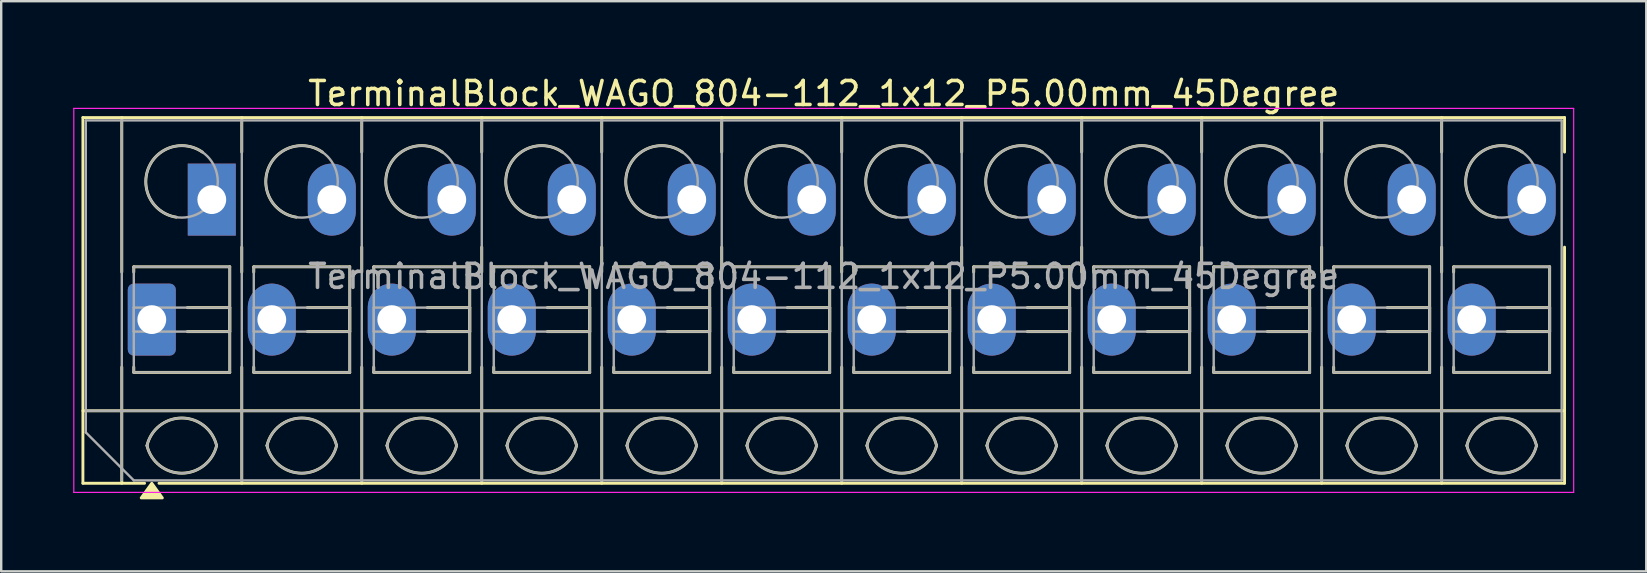
<source format=kicad_pcb>
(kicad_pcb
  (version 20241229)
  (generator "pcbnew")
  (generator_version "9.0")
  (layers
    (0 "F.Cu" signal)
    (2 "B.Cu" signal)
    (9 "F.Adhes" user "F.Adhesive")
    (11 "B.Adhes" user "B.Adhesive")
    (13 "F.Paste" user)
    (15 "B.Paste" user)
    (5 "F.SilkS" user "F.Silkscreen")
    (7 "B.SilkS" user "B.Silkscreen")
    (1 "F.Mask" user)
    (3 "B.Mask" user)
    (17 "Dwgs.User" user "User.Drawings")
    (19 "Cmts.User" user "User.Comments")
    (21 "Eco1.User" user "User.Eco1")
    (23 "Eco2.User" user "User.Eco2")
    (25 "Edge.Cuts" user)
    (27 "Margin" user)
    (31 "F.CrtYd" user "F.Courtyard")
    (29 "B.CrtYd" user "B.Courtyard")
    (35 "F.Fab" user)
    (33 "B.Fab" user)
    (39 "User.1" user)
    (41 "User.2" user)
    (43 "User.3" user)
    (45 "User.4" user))
  (footprint "TerminalBlock_WAGO_804-112_1x12_P5.00mm_45Degree"
    (layer "F.Cu")
    (at 3.275 10.268)
    (property "Reference" "TerminalBlock_WAGO_804-112_1x12_P5.00mm_45Degree" (at 28 -9.42 0) (layer "F.SilkS") (effects (font (size 1 1) (thickness 0.15))))
    (attr through_hole)
    (fp_line (start -2.87 -8.42) (end -2.87 6.82) (stroke (width 0.12) (type solid)) (layer "F.SilkS"))
    (fp_line (start -2.87 -8.42) (end 58.87 -8.42) (stroke (width 0.12) (type solid)) (layer "F.SilkS"))
    (fp_line (start -2.87 3.8) (end 58.87 3.8) (stroke (width 0.12) (type solid)) (layer "F.SilkS"))
    (fp_line (start -2.87 6.82) (end -0.3 6.82) (stroke (width 0.12) (type solid)) (layer "F.SilkS"))
    (fp_line (start -1.25 -8.42) (end -1.25 -1.98) (stroke (width 0.12) (type solid)) (layer "F.SilkS"))
    (fp_line (start -1.25 1.98) (end -1.25 6.82) (stroke (width 0.12) (type solid)) (layer "F.SilkS"))
    (fp_line (start -0.75 -2.2) (end -0.75 -1.98) (stroke (width 0.12) (type solid)) (layer "F.SilkS"))
    (fp_line (start -0.75 -2.2) (end 3.25 -2.2) (stroke (width 0.12) (type solid)) (layer "F.SilkS"))
    (fp_line (start -0.75 1.98) (end -0.75 2.2) (stroke (width 0.12) (type solid)) (layer "F.SilkS"))
    (fp_line (start -0.75 2.2) (end 3.25 2.2) (stroke (width 0.12) (type solid)) (layer "F.SilkS"))
    (fp_line (start 0.3 6.82) (end 58.87 6.82) (stroke (width 0.12) (type solid)) (layer "F.SilkS"))
    (fp_line (start 1.48 -0.5) (end 3.25 -0.5) (stroke (width 0.12) (type solid)) (layer "F.SilkS"))
    (fp_line (start 1.48 0.5) (end 3.25 0.5) (stroke (width 0.12) (type solid)) (layer "F.SilkS"))
    (fp_line (start 3.25 -2.2) (end 3.25 2.2) (stroke (width 0.12) (type solid)) (layer "F.SilkS"))
    (fp_line (start 3.25 -0.5) (end 3.25 0.5) (stroke (width 0.12) (type solid)) (layer "F.SilkS"))
    (fp_line (start 3.75 -8.42) (end 3.75 -6.98) (stroke (width 0.12) (type solid)) (layer "F.SilkS"))
    (fp_line (start 3.75 -3.02) (end 3.75 -1.98) (stroke (width 0.12) (type solid)) (layer "F.SilkS"))
    (fp_line (start 3.75 1.98) (end 3.75 6.82) (stroke (width 0.12) (type solid)) (layer "F.SilkS"))
    (fp_line (start 4.25 -2.2) (end 4.25 -1.98) (stroke (width 0.12) (type solid)) (layer "F.SilkS"))
    (fp_line (start 4.25 -2.2) (end 8.25 -2.2) (stroke (width 0.12) (type solid)) (layer "F.SilkS"))
    (fp_line (start 4.25 1.98) (end 4.25 2.2) (stroke (width 0.12) (type solid)) (layer "F.SilkS"))
    (fp_line (start 4.25 2.2) (end 8.25 2.2) (stroke (width 0.12) (type solid)) (layer "F.SilkS"))
    (fp_line (start 6.48 -0.5) (end 8.25 -0.5) (stroke (width 0.12) (type solid)) (layer "F.SilkS"))
    (fp_line (start 6.48 0.5) (end 8.25 0.5) (stroke (width 0.12) (type solid)) (layer "F.SilkS"))
    (fp_line (start 8.25 -2.2) (end 8.25 2.2) (stroke (width 0.12) (type solid)) (layer "F.SilkS"))
    (fp_line (start 8.25 -0.5) (end 8.25 0.5) (stroke (width 0.12) (type solid)) (layer "F.SilkS"))
    (fp_line (start 8.75 -8.42) (end 8.75 -6.98) (stroke (width 0.12) (type solid)) (layer "F.SilkS"))
    (fp_line (start 8.75 -3.02) (end 8.75 -1.98) (stroke (width 0.12) (type solid)) (layer "F.SilkS"))
    (fp_line (start 8.75 1.98) (end 8.75 6.82) (stroke (width 0.12) (type solid)) (layer "F.SilkS"))
    (fp_line (start 9.25 -2.2) (end 9.25 -1.98) (stroke (width 0.12) (type solid)) (layer "F.SilkS"))
    (fp_line (start 9.25 -2.2) (end 13.25 -2.2) (stroke (width 0.12) (type solid)) (layer "F.SilkS"))
    (fp_line (start 9.25 1.98) (end 9.25 2.2) (stroke (width 0.12) (type solid)) (layer "F.SilkS"))
    (fp_line (start 9.25 2.2) (end 13.25 2.2) (stroke (width 0.12) (type solid)) (layer "F.SilkS"))
    (fp_line (start 11.48 -0.5) (end 13.25 -0.5) (stroke (width 0.12) (type solid)) (layer "F.SilkS"))
    (fp_line (start 11.48 0.5) (end 13.25 0.5) (stroke (width 0.12) (type solid)) (layer "F.SilkS"))
    (fp_line (start 13.25 -2.2) (end 13.25 2.2) (stroke (width 0.12) (type solid)) (layer "F.SilkS"))
    (fp_line (start 13.25 -0.5) (end 13.25 0.5) (stroke (width 0.12) (type solid)) (layer "F.SilkS"))
    (fp_line (start 13.75 -8.42) (end 13.75 -6.98) (stroke (width 0.12) (type solid)) (layer "F.SilkS"))
    (fp_line (start 13.75 -3.02) (end 13.75 -1.98) (stroke (width 0.12) (type solid)) (layer "F.SilkS"))
    (fp_line (start 13.75 1.98) (end 13.75 6.82) (stroke (width 0.12) (type solid)) (layer "F.SilkS"))
    (fp_line (start 14.25 -2.2) (end 14.25 -1.98) (stroke (width 0.12) (type solid)) (layer "F.SilkS"))
    (fp_line (start 14.25 -2.2) (end 18.25 -2.2) (stroke (width 0.12) (type solid)) (layer "F.SilkS"))
    (fp_line (start 14.25 1.98) (end 14.25 2.2) (stroke (width 0.12) (type solid)) (layer "F.SilkS"))
    (fp_line (start 14.25 2.2) (end 18.25 2.2) (stroke (width 0.12) (type solid)) (layer "F.SilkS"))
    (fp_line (start 16.48 -0.5) (end 18.25 -0.5) (stroke (width 0.12) (type solid)) (layer "F.SilkS"))
    (fp_line (start 16.48 0.5) (end 18.25 0.5) (stroke (width 0.12) (type solid)) (layer "F.SilkS"))
    (fp_line (start 18.25 -2.2) (end 18.25 2.2) (stroke (width 0.12) (type solid)) (layer "F.SilkS"))
    (fp_line (start 18.25 -0.5) (end 18.25 0.5) (stroke (width 0.12) (type solid)) (layer "F.SilkS"))
    (fp_line (start 18.75 -8.42) (end 18.75 -6.98) (stroke (width 0.12) (type solid)) (layer "F.SilkS"))
    (fp_line (start 18.75 -3.02) (end 18.75 -1.98) (stroke (width 0.12) (type solid)) (layer "F.SilkS"))
    (fp_line (start 18.75 1.98) (end 18.75 6.82) (stroke (width 0.12) (type solid)) (layer "F.SilkS"))
    (fp_line (start 19.25 -2.2) (end 19.25 -1.98) (stroke (width 0.12) (type solid)) (layer "F.SilkS"))
    (fp_line (start 19.25 -2.2) (end 23.25 -2.2) (stroke (width 0.12) (type solid)) (layer "F.SilkS"))
    (fp_line (start 19.25 1.98) (end 19.25 2.2) (stroke (width 0.12) (type solid)) (layer "F.SilkS"))
    (fp_line (start 19.25 2.2) (end 23.25 2.2) (stroke (width 0.12) (type solid)) (layer "F.SilkS"))
    (fp_line (start 21.48 -0.5) (end 23.25 -0.5) (stroke (width 0.12) (type solid)) (layer "F.SilkS"))
    (fp_line (start 21.48 0.5) (end 23.25 0.5) (stroke (width 0.12) (type solid)) (layer "F.SilkS"))
    (fp_line (start 23.25 -2.2) (end 23.25 2.2) (stroke (width 0.12) (type solid)) (layer "F.SilkS"))
    (fp_line (start 23.25 -0.5) (end 23.25 0.5) (stroke (width 0.12) (type solid)) (layer "F.SilkS"))
    (fp_line (start 23.75 -8.42) (end 23.75 -6.98) (stroke (width 0.12) (type solid)) (layer "F.SilkS"))
    (fp_line (start 23.75 -3.02) (end 23.75 -1.98) (stroke (width 0.12) (type solid)) (layer "F.SilkS"))
    (fp_line (start 23.75 1.98) (end 23.75 6.82) (stroke (width 0.12) (type solid)) (layer "F.SilkS"))
    (fp_line (start 24.25 -2.2) (end 24.25 -1.98) (stroke (width 0.12) (type solid)) (layer "F.SilkS"))
    (fp_line (start 24.25 -2.2) (end 28.25 -2.2) (stroke (width 0.12) (type solid)) (layer "F.SilkS"))
    (fp_line (start 24.25 1.98) (end 24.25 2.2) (stroke (width 0.12) (type solid)) (layer "F.SilkS"))
    (fp_line (start 24.25 2.2) (end 28.25 2.2) (stroke (width 0.12) (type solid)) (layer "F.SilkS"))
    (fp_line (start 26.48 -0.5) (end 28.25 -0.5) (stroke (width 0.12) (type solid)) (layer "F.SilkS"))
    (fp_line (start 26.48 0.5) (end 28.25 0.5) (stroke (width 0.12) (type solid)) (layer "F.SilkS"))
    (fp_line (start 28.25 -2.2) (end 28.25 2.2) (stroke (width 0.12) (type solid)) (layer "F.SilkS"))
    (fp_line (start 28.25 -0.5) (end 28.25 0.5) (stroke (width 0.12) (type solid)) (layer "F.SilkS"))
    (fp_line (start 28.75 -8.42) (end 28.75 -6.98) (stroke (width 0.12) (type solid)) (layer "F.SilkS"))
    (fp_line (start 28.75 -3.02) (end 28.75 -1.98) (stroke (width 0.12) (type solid)) (layer "F.SilkS"))
    (fp_line (start 28.75 1.98) (end 28.75 6.82) (stroke (width 0.12) (type solid)) (layer "F.SilkS"))
    (fp_line (start 29.25 -2.2) (end 29.25 -1.98) (stroke (width 0.12) (type solid)) (layer "F.SilkS"))
    (fp_line (start 29.25 -2.2) (end 33.25 -2.2) (stroke (width 0.12) (type solid)) (layer "F.SilkS"))
    (fp_line (start 29.25 1.98) (end 29.25 2.2) (stroke (width 0.12) (type solid)) (layer "F.SilkS"))
    (fp_line (start 29.25 2.2) (end 33.25 2.2) (stroke (width 0.12) (type solid)) (layer "F.SilkS"))
    (fp_line (start 31.48 -0.5) (end 33.25 -0.5) (stroke (width 0.12) (type solid)) (layer "F.SilkS"))
    (fp_line (start 31.48 0.5) (end 33.25 0.5) (stroke (width 0.12) (type solid)) (layer "F.SilkS"))
    (fp_line (start 33.25 -2.2) (end 33.25 2.2) (stroke (width 0.12) (type solid)) (layer "F.SilkS"))
    (fp_line (start 33.25 -0.5) (end 33.25 0.5) (stroke (width 0.12) (type solid)) (layer "F.SilkS"))
    (fp_line (start 33.75 -8.42) (end 33.75 -6.98) (stroke (width 0.12) (type solid)) (layer "F.SilkS"))
    (fp_line (start 33.75 -3.02) (end 33.75 -1.98) (stroke (width 0.12) (type solid)) (layer "F.SilkS"))
    (fp_line (start 33.75 1.98) (end 33.75 6.82) (stroke (width 0.12) (type solid)) (layer "F.SilkS"))
    (fp_line (start 34.25 -2.2) (end 34.25 -1.98) (stroke (width 0.12) (type solid)) (layer "F.SilkS"))
    (fp_line (start 34.25 -2.2) (end 38.25 -2.2) (stroke (width 0.12) (type solid)) (layer "F.SilkS"))
    (fp_line (start 34.25 1.98) (end 34.25 2.2) (stroke (width 0.12) (type solid)) (layer "F.SilkS"))
    (fp_line (start 34.25 2.2) (end 38.25 2.2) (stroke (width 0.12) (type solid)) (layer "F.SilkS"))
    (fp_line (start 36.48 -0.5) (end 38.25 -0.5) (stroke (width 0.12) (type solid)) (layer "F.SilkS"))
    (fp_line (start 36.48 0.5) (end 38.25 0.5) (stroke (width 0.12) (type solid)) (layer "F.SilkS"))
    (fp_line (start 38.25 -2.2) (end 38.25 2.2) (stroke (width 0.12) (type solid)) (layer "F.SilkS"))
    (fp_line (start 38.25 -0.5) (end 38.25 0.5) (stroke (width 0.12) (type solid)) (layer "F.SilkS"))
    (fp_line (start 38.75 -8.42) (end 38.75 -6.98) (stroke (width 0.12) (type solid)) (layer "F.SilkS"))
    (fp_line (start 38.75 -3.02) (end 38.75 -1.98) (stroke (width 0.12) (type solid)) (layer "F.SilkS"))
    (fp_line (start 38.75 1.98) (end 38.75 6.82) (stroke (width 0.12) (type solid)) (layer "F.SilkS"))
    (fp_line (start 39.25 -2.2) (end 39.25 -1.98) (stroke (width 0.12) (type solid)) (layer "F.SilkS"))
    (fp_line (start 39.25 -2.2) (end 43.25 -2.2) (stroke (width 0.12) (type solid)) (layer "F.SilkS"))
    (fp_line (start 39.25 1.98) (end 39.25 2.2) (stroke (width 0.12) (type solid)) (layer "F.SilkS"))
    (fp_line (start 39.25 2.2) (end 43.25 2.2) (stroke (width 0.12) (type solid)) (layer "F.SilkS"))
    (fp_line (start 41.48 -0.5) (end 43.25 -0.5) (stroke (width 0.12) (type solid)) (layer "F.SilkS"))
    (fp_line (start 41.48 0.5) (end 43.25 0.5) (stroke (width 0.12) (type solid)) (layer "F.SilkS"))
    (fp_line (start 43.25 -2.2) (end 43.25 2.2) (stroke (width 0.12) (type solid)) (layer "F.SilkS"))
    (fp_line (start 43.25 -0.5) (end 43.25 0.5) (stroke (width 0.12) (type solid)) (layer "F.SilkS"))
    (fp_line (start 43.75 -8.42) (end 43.75 -6.98) (stroke (width 0.12) (type solid)) (layer "F.SilkS"))
    (fp_line (start 43.75 -3.02) (end 43.75 -1.98) (stroke (width 0.12) (type solid)) (layer "F.SilkS"))
    (fp_line (start 43.75 1.98) (end 43.75 6.82) (stroke (width 0.12) (type solid)) (layer "F.SilkS"))
    (fp_line (start 44.25 -2.2) (end 44.25 -1.98) (stroke (width 0.12) (type solid)) (layer "F.SilkS"))
    (fp_line (start 44.25 -2.2) (end 48.25 -2.2) (stroke (width 0.12) (type solid)) (layer "F.SilkS"))
    (fp_line (start 44.25 1.98) (end 44.25 2.2) (stroke (width 0.12) (type solid)) (layer "F.SilkS"))
    (fp_line (start 44.25 2.2) (end 48.25 2.2) (stroke (width 0.12) (type solid)) (layer "F.SilkS"))
    (fp_line (start 46.48 -0.5) (end 48.25 -0.5) (stroke (width 0.12) (type solid)) (layer "F.SilkS"))
    (fp_line (start 46.48 0.5) (end 48.25 0.5) (stroke (width 0.12) (type solid)) (layer "F.SilkS"))
    (fp_line (start 48.25 -2.2) (end 48.25 2.2) (stroke (width 0.12) (type solid)) (layer "F.SilkS"))
    (fp_line (start 48.25 -0.5) (end 48.25 0.5) (stroke (width 0.12) (type solid)) (layer "F.SilkS"))
    (fp_line (start 48.75 -8.42) (end 48.75 -6.98) (stroke (width 0.12) (type solid)) (layer "F.SilkS"))
    (fp_line (start 48.75 -3.02) (end 48.75 -1.98) (stroke (width 0.12) (type solid)) (layer "F.SilkS"))
    (fp_line (start 48.75 1.98) (end 48.75 6.82) (stroke (width 0.12) (type solid)) (layer "F.SilkS"))
    (fp_line (start 49.25 -2.2) (end 49.25 -1.98) (stroke (width 0.12) (type solid)) (layer "F.SilkS"))
    (fp_line (start 49.25 -2.2) (end 53.25 -2.2) (stroke (width 0.12) (type solid)) (layer "F.SilkS"))
    (fp_line (start 49.25 1.98) (end 49.25 2.2) (stroke (width 0.12) (type solid)) (layer "F.SilkS"))
    (fp_line (start 49.25 2.2) (end 53.25 2.2) (stroke (width 0.12) (type solid)) (layer "F.SilkS"))
    (fp_line (start 51.48 -0.5) (end 53.25 -0.5) (stroke (width 0.12) (type solid)) (layer "F.SilkS"))
    (fp_line (start 51.48 0.5) (end 53.25 0.5) (stroke (width 0.12) (type solid)) (layer "F.SilkS"))
    (fp_line (start 53.25 -2.2) (end 53.25 2.2) (stroke (width 0.12) (type solid)) (layer "F.SilkS"))
    (fp_line (start 53.25 -0.5) (end 53.25 0.5) (stroke (width 0.12) (type solid)) (layer "F.SilkS"))
    (fp_line (start 53.75 -8.42) (end 53.75 -6.98) (stroke (width 0.12) (type solid)) (layer "F.SilkS"))
    (fp_line (start 53.75 -3.02) (end 53.75 -1.98) (stroke (width 0.12) (type solid)) (layer "F.SilkS"))
    (fp_line (start 53.75 1.98) (end 53.75 6.82) (stroke (width 0.12) (type solid)) (layer "F.SilkS"))
    (fp_line (start 54.25 -2.2) (end 54.25 -1.98) (stroke (width 0.12) (type solid)) (layer "F.SilkS"))
    (fp_line (start 54.25 -2.2) (end 58.25 -2.2) (stroke (width 0.12) (type solid)) (layer "F.SilkS"))
    (fp_line (start 54.25 1.98) (end 54.25 2.2) (stroke (width 0.12) (type solid)) (layer "F.SilkS"))
    (fp_line (start 54.25 2.2) (end 58.25 2.2) (stroke (width 0.12) (type solid)) (layer "F.SilkS"))
    (fp_line (start 56.48 -0.5) (end 58.25 -0.5) (stroke (width 0.12) (type solid)) (layer "F.SilkS"))
    (fp_line (start 56.48 0.5) (end 58.25 0.5) (stroke (width 0.12) (type solid)) (layer "F.SilkS"))
    (fp_line (start 58.25 -2.2) (end 58.25 2.2) (stroke (width 0.12) (type solid)) (layer "F.SilkS"))
    (fp_line (start 58.25 -0.5) (end 58.25 0.5) (stroke (width 0.12) (type solid)) (layer "F.SilkS"))
    (fp_line (start 58.87 -8.42) (end 58.87 -6.98) (stroke (width 0.12) (type solid)) (layer "F.SilkS"))
    (fp_line (start 58.87 -3.02) (end 58.87 6.82) (stroke (width 0.12) (type solid)) (layer "F.SilkS"))
    (fp_arc (start -0.199942 5.249753) (mid 1.250127 4.099899) (end 2.7 5.25) (stroke (width 0.12) (type solid)) (layer "F.SilkS"))
    (fp_arc (start 1.02 -4.268) (mid -0.141815 -6.308637) (end 2.10843 -6.979765) (stroke (width 0.12) (type solid)) (layer "F.SilkS"))
    (fp_arc (start 2.7 5.25) (mid 1.250127 6.400101) (end -0.199942 5.250247) (stroke (width 0.12) (type solid)) (layer "F.SilkS"))
    (fp_arc (start 4.800058 5.249753) (mid 6.250127 4.099899) (end 7.7 5.25) (stroke (width 0.12) (type solid)) (layer "F.SilkS"))
    (fp_arc (start 6.02 -4.268) (mid 4.858185 -6.308637) (end 7.10843 -6.979765) (stroke (width 0.12) (type solid)) (layer "F.SilkS"))
    (fp_arc (start 7.7 5.25) (mid 6.250127 6.400101) (end 4.800058 5.250247) (stroke (width 0.12) (type solid)) (layer "F.SilkS"))
    (fp_arc (start 9.800058 5.249753) (mid 11.250127 4.099899) (end 12.7 5.25) (stroke (width 0.12) (type solid)) (layer "F.SilkS"))
    (fp_arc (start 11.02 -4.268) (mid 9.858185 -6.308637) (end 12.10843 -6.979765) (stroke (width 0.12) (type solid)) (layer "F.SilkS"))
    (fp_arc (start 12.7 5.25) (mid 11.250127 6.400101) (end 9.800058 5.250247) (stroke (width 0.12) (type solid)) (layer "F.SilkS"))
    (fp_arc (start 14.800058 5.249753) (mid 16.250127 4.099899) (end 17.7 5.25) (stroke (width 0.12) (type solid)) (layer "F.SilkS"))
    (fp_arc (start 16.02 -4.268) (mid 14.858185 -6.308637) (end 17.10843 -6.979765) (stroke (width 0.12) (type solid)) (layer "F.SilkS"))
    (fp_arc (start 17.7 5.25) (mid 16.250127 6.400101) (end 14.800058 5.250247) (stroke (width 0.12) (type solid)) (layer "F.SilkS"))
    (fp_arc (start 19.800058 5.249753) (mid 21.250127 4.099899) (end 22.7 5.25) (stroke (width 0.12) (type solid)) (layer "F.SilkS"))
    (fp_arc (start 21.02 -4.268) (mid 19.858185 -6.308637) (end 22.10843 -6.979765) (stroke (width 0.12) (type solid)) (layer "F.SilkS"))
    (fp_arc (start 22.7 5.25) (mid 21.250127 6.400101) (end 19.800058 5.250247) (stroke (width 0.12) (type solid)) (layer "F.SilkS"))
    (fp_arc (start 24.800058 5.249753) (mid 26.250127 4.099899) (end 27.7 5.25) (stroke (width 0.12) (type solid)) (layer "F.SilkS"))
    (fp_arc (start 26.02 -4.268) (mid 24.858185 -6.308637) (end 27.10843 -6.979765) (stroke (width 0.12) (type solid)) (layer "F.SilkS"))
    (fp_arc (start 27.7 5.25) (mid 26.250127 6.400101) (end 24.800058 5.250247) (stroke (width 0.12) (type solid)) (layer "F.SilkS"))
    (fp_arc (start 29.800058 5.249753) (mid 31.250127 4.099899) (end 32.7 5.25) (stroke (width 0.12) (type solid)) (layer "F.SilkS"))
    (fp_arc (start 31.02 -4.268) (mid 29.858185 -6.308637) (end 32.10843 -6.979765) (stroke (width 0.12) (type solid)) (layer "F.SilkS"))
    (fp_arc (start 32.7 5.25) (mid 31.250127 6.400101) (end 29.800058 5.250247) (stroke (width 0.12) (type solid)) (layer "F.SilkS"))
    (fp_arc (start 34.800058 5.249753) (mid 36.250127 4.099899) (end 37.7 5.25) (stroke (width 0.12) (type solid)) (layer "F.SilkS"))
    (fp_arc (start 36.02 -4.268) (mid 34.858185 -6.308637) (end 37.10843 -6.979765) (stroke (width 0.12) (type solid)) (layer "F.SilkS"))
    (fp_arc (start 37.7 5.25) (mid 36.250127 6.400101) (end 34.800058 5.250247) (stroke (width 0.12) (type solid)) (layer "F.SilkS"))
    (fp_arc (start 39.800058 5.249753) (mid 41.250127 4.099899) (end 42.7 5.25) (stroke (width 0.12) (type solid)) (layer "F.SilkS"))
    (fp_arc (start 41.02 -4.268) (mid 39.858185 -6.308637) (end 42.10843 -6.979765) (stroke (width 0.12) (type solid)) (layer "F.SilkS"))
    (fp_arc (start 42.7 5.25) (mid 41.250127 6.400101) (end 39.800058 5.250247) (stroke (width 0.12) (type solid)) (layer "F.SilkS"))
    (fp_arc (start 44.800058 5.249753) (mid 46.250127 4.099899) (end 47.7 5.25) (stroke (width 0.12) (type solid)) (layer "F.SilkS"))
    (fp_arc (start 46.02 -4.268) (mid 44.858185 -6.308637) (end 47.10843 -6.979765) (stroke (width 0.12) (type solid)) (layer "F.SilkS"))
    (fp_arc (start 47.7 5.25) (mid 46.250127 6.400101) (end 44.800058 5.250247) (stroke (width 0.12) (type solid)) (layer "F.SilkS"))
    (fp_arc (start 49.800058 5.249753) (mid 51.250127 4.099899) (end 52.7 5.25) (stroke (width 0.12) (type solid)) (layer "F.SilkS"))
    (fp_arc (start 51.02 -4.268) (mid 49.858185 -6.308637) (end 52.10843 -6.979765) (stroke (width 0.12) (type solid)) (layer "F.SilkS"))
    (fp_arc (start 52.7 5.25) (mid 51.250127 6.400101) (end 49.800058 5.250247) (stroke (width 0.12) (type solid)) (layer "F.SilkS"))
    (fp_arc (start 54.800058 5.249753) (mid 56.250127 4.099899) (end 57.7 5.25) (stroke (width 0.12) (type solid)) (layer "F.SilkS"))
    (fp_arc (start 56.02 -4.268) (mid 54.858185 -6.308637) (end 57.10843 -6.979765) (stroke (width 0.12) (type solid)) (layer "F.SilkS"))
    (fp_arc (start 57.7 5.25) (mid 56.250127 6.400101) (end 54.800058 5.250247) (stroke (width 0.12) (type solid)) (layer "F.SilkS"))
    (fp_poly (pts (xy 0 6.82) (xy 0.44 7.43) (xy -0.44 7.43)) (stroke (width 0.12) (type solid)) (fill yes) (layer "F.SilkS"))
    (fp_line (start -3.25 -8.8) (end -3.25 7.2) (stroke (width 0.05) (type solid)) (layer "F.CrtYd"))
    (fp_line (start -3.25 7.2) (end 59.25 7.2) (stroke (width 0.05) (type solid)) (layer "F.CrtYd"))
    (fp_line (start 59.25 -8.8) (end -3.25 -8.8) (stroke (width 0.05) (type solid)) (layer "F.CrtYd"))
    (fp_line (start 59.25 7.2) (end 59.25 -8.8) (stroke (width 0.05) (type solid)) (layer "F.CrtYd"))
    (fp_line (start -2.75 -8.3) (end 58.75 -8.3) (stroke (width 0.1) (type solid)) (layer "F.Fab"))
    (fp_line (start -2.75 3.8) (end 58.75 3.8) (stroke (width 0.1) (type solid)) (layer "F.Fab"))
    (fp_line (start -2.75 4.7) (end -2.75 -8.3) (stroke (width 0.1) (type solid)) (layer "F.Fab"))
    (fp_line (start -1.25 -8.3) (end -1.25 6.7) (stroke (width 0.1) (type solid)) (layer "F.Fab"))
    (fp_line (start -0.75 -2.2) (end -0.75 2.2) (stroke (width 0.1) (type solid)) (layer "F.Fab"))
    (fp_line (start -0.75 -0.5) (end -0.75 0.5) (stroke (width 0.1) (type solid)) (layer "F.Fab"))
    (fp_line (start -0.75 0.5) (end 3.25 0.5) (stroke (width 0.1) (type solid)) (layer "F.Fab"))
    (fp_line (start -0.75 2.2) (end 3.25 2.2) (stroke (width 0.1) (type solid)) (layer "F.Fab"))
    (fp_line (start -0.75 6.7) (end -2.75 4.7) (stroke (width 0.1) (type solid)) (layer "F.Fab"))
    (fp_line (start 3.25 -2.2) (end -0.75 -2.2) (stroke (width 0.1) (type solid)) (layer "F.Fab"))
    (fp_line (start 3.25 -0.5) (end -0.75 -0.5) (stroke (width 0.1) (type solid)) (layer "F.Fab"))
    (fp_line (start 3.25 0.5) (end 3.25 -0.5) (stroke (width 0.1) (type solid)) (layer "F.Fab"))
    (fp_line (start 3.25 2.2) (end 3.25 -2.2) (stroke (width 0.1) (type solid)) (layer "F.Fab"))
    (fp_line (start 3.75 -8.3) (end 3.75 6.7) (stroke (width 0.1) (type solid)) (layer "F.Fab"))
    (fp_line (start 4.25 -2.2) (end 4.25 2.2) (stroke (width 0.1) (type solid)) (layer "F.Fab"))
    (fp_line (start 4.25 -0.5) (end 4.25 0.5) (stroke (width 0.1) (type solid)) (layer "F.Fab"))
    (fp_line (start 4.25 0.5) (end 8.25 0.5) (stroke (width 0.1) (type solid)) (layer "F.Fab"))
    (fp_line (start 4.25 2.2) (end 8.25 2.2) (stroke (width 0.1) (type solid)) (layer "F.Fab"))
    (fp_line (start 8.25 -2.2) (end 4.25 -2.2) (stroke (width 0.1) (type solid)) (layer "F.Fab"))
    (fp_line (start 8.25 -0.5) (end 4.25 -0.5) (stroke (width 0.1) (type solid)) (layer "F.Fab"))
    (fp_line (start 8.25 0.5) (end 8.25 -0.5) (stroke (width 0.1) (type solid)) (layer "F.Fab"))
    (fp_line (start 8.25 2.2) (end 8.25 -2.2) (stroke (width 0.1) (type solid)) (layer "F.Fab"))
    (fp_line (start 8.75 -8.3) (end 8.75 6.7) (stroke (width 0.1) (type solid)) (layer "F.Fab"))
    (fp_line (start 9.25 -2.2) (end 9.25 2.2) (stroke (width 0.1) (type solid)) (layer "F.Fab"))
    (fp_line (start 9.25 -0.5) (end 9.25 0.5) (stroke (width 0.1) (type solid)) (layer "F.Fab"))
    (fp_line (start 9.25 0.5) (end 13.25 0.5) (stroke (width 0.1) (type solid)) (layer "F.Fab"))
    (fp_line (start 9.25 2.2) (end 13.25 2.2) (stroke (width 0.1) (type solid)) (layer "F.Fab"))
    (fp_line (start 13.25 -2.2) (end 9.25 -2.2) (stroke (width 0.1) (type solid)) (layer "F.Fab"))
    (fp_line (start 13.25 -0.5) (end 9.25 -0.5) (stroke (width 0.1) (type solid)) (layer "F.Fab"))
    (fp_line (start 13.25 0.5) (end 13.25 -0.5) (stroke (width 0.1) (type solid)) (layer "F.Fab"))
    (fp_line (start 13.25 2.2) (end 13.25 -2.2) (stroke (width 0.1) (type solid)) (layer "F.Fab"))
    (fp_line (start 13.75 -8.3) (end 13.75 6.7) (stroke (width 0.1) (type solid)) (layer "F.Fab"))
    (fp_line (start 14.25 -2.2) (end 14.25 2.2) (stroke (width 0.1) (type solid)) (layer "F.Fab"))
    (fp_line (start 14.25 -0.5) (end 14.25 0.5) (stroke (width 0.1) (type solid)) (layer "F.Fab"))
    (fp_line (start 14.25 0.5) (end 18.25 0.5) (stroke (width 0.1) (type solid)) (layer "F.Fab"))
    (fp_line (start 14.25 2.2) (end 18.25 2.2) (stroke (width 0.1) (type solid)) (layer "F.Fab"))
    (fp_line (start 18.25 -2.2) (end 14.25 -2.2) (stroke (width 0.1) (type solid)) (layer "F.Fab"))
    (fp_line (start 18.25 -0.5) (end 14.25 -0.5) (stroke (width 0.1) (type solid)) (layer "F.Fab"))
    (fp_line (start 18.25 0.5) (end 18.25 -0.5) (stroke (width 0.1) (type solid)) (layer "F.Fab"))
    (fp_line (start 18.25 2.2) (end 18.25 -2.2) (stroke (width 0.1) (type solid)) (layer "F.Fab"))
    (fp_line (start 18.75 -8.3) (end 18.75 6.7) (stroke (width 0.1) (type solid)) (layer "F.Fab"))
    (fp_line (start 19.25 -2.2) (end 19.25 2.2) (stroke (width 0.1) (type solid)) (layer "F.Fab"))
    (fp_line (start 19.25 -0.5) (end 19.25 0.5) (stroke (width 0.1) (type solid)) (layer "F.Fab"))
    (fp_line (start 19.25 0.5) (end 23.25 0.5) (stroke (width 0.1) (type solid)) (layer "F.Fab"))
    (fp_line (start 19.25 2.2) (end 23.25 2.2) (stroke (width 0.1) (type solid)) (layer "F.Fab"))
    (fp_line (start 23.25 -2.2) (end 19.25 -2.2) (stroke (width 0.1) (type solid)) (layer "F.Fab"))
    (fp_line (start 23.25 -0.5) (end 19.25 -0.5) (stroke (width 0.1) (type solid)) (layer "F.Fab"))
    (fp_line (start 23.25 0.5) (end 23.25 -0.5) (stroke (width 0.1) (type solid)) (layer "F.Fab"))
    (fp_line (start 23.25 2.2) (end 23.25 -2.2) (stroke (width 0.1) (type solid)) (layer "F.Fab"))
    (fp_line (start 23.75 -8.3) (end 23.75 6.7) (stroke (width 0.1) (type solid)) (layer "F.Fab"))
    (fp_line (start 24.25 -2.2) (end 24.25 2.2) (stroke (width 0.1) (type solid)) (layer "F.Fab"))
    (fp_line (start 24.25 -0.5) (end 24.25 0.5) (stroke (width 0.1) (type solid)) (layer "F.Fab"))
    (fp_line (start 24.25 0.5) (end 28.25 0.5) (stroke (width 0.1) (type solid)) (layer "F.Fab"))
    (fp_line (start 24.25 2.2) (end 28.25 2.2) (stroke (width 0.1) (type solid)) (layer "F.Fab"))
    (fp_line (start 28.25 -2.2) (end 24.25 -2.2) (stroke (width 0.1) (type solid)) (layer "F.Fab"))
    (fp_line (start 28.25 -0.5) (end 24.25 -0.5) (stroke (width 0.1) (type solid)) (layer "F.Fab"))
    (fp_line (start 28.25 0.5) (end 28.25 -0.5) (stroke (width 0.1) (type solid)) (layer "F.Fab"))
    (fp_line (start 28.25 2.2) (end 28.25 -2.2) (stroke (width 0.1) (type solid)) (layer "F.Fab"))
    (fp_line (start 28.75 -8.3) (end 28.75 6.7) (stroke (width 0.1) (type solid)) (layer "F.Fab"))
    (fp_line (start 29.25 -2.2) (end 29.25 2.2) (stroke (width 0.1) (type solid)) (layer "F.Fab"))
    (fp_line (start 29.25 -0.5) (end 29.25 0.5) (stroke (width 0.1) (type solid)) (layer "F.Fab"))
    (fp_line (start 29.25 0.5) (end 33.25 0.5) (stroke (width 0.1) (type solid)) (layer "F.Fab"))
    (fp_line (start 29.25 2.2) (end 33.25 2.2) (stroke (width 0.1) (type solid)) (layer "F.Fab"))
    (fp_line (start 33.25 -2.2) (end 29.25 -2.2) (stroke (width 0.1) (type solid)) (layer "F.Fab"))
    (fp_line (start 33.25 -0.5) (end 29.25 -0.5) (stroke (width 0.1) (type solid)) (layer "F.Fab"))
    (fp_line (start 33.25 0.5) (end 33.25 -0.5) (stroke (width 0.1) (type solid)) (layer "F.Fab"))
    (fp_line (start 33.25 2.2) (end 33.25 -2.2) (stroke (width 0.1) (type solid)) (layer "F.Fab"))
    (fp_line (start 33.75 -8.3) (end 33.75 6.7) (stroke (width 0.1) (type solid)) (layer "F.Fab"))
    (fp_line (start 34.25 -2.2) (end 34.25 2.2) (stroke (width 0.1) (type solid)) (layer "F.Fab"))
    (fp_line (start 34.25 -0.5) (end 34.25 0.5) (stroke (width 0.1) (type solid)) (layer "F.Fab"))
    (fp_line (start 34.25 0.5) (end 38.25 0.5) (stroke (width 0.1) (type solid)) (layer "F.Fab"))
    (fp_line (start 34.25 2.2) (end 38.25 2.2) (stroke (width 0.1) (type solid)) (layer "F.Fab"))
    (fp_line (start 38.25 -2.2) (end 34.25 -2.2) (stroke (width 0.1) (type solid)) (layer "F.Fab"))
    (fp_line (start 38.25 -0.5) (end 34.25 -0.5) (stroke (width 0.1) (type solid)) (layer "F.Fab"))
    (fp_line (start 38.25 0.5) (end 38.25 -0.5) (stroke (width 0.1) (type solid)) (layer "F.Fab"))
    (fp_line (start 38.25 2.2) (end 38.25 -2.2) (stroke (width 0.1) (type solid)) (layer "F.Fab"))
    (fp_line (start 38.75 -8.3) (end 38.75 6.7) (stroke (width 0.1) (type solid)) (layer "F.Fab"))
    (fp_line (start 39.25 -2.2) (end 39.25 2.2) (stroke (width 0.1) (type solid)) (layer "F.Fab"))
    (fp_line (start 39.25 -0.5) (end 39.25 0.5) (stroke (width 0.1) (type solid)) (layer "F.Fab"))
    (fp_line (start 39.25 0.5) (end 43.25 0.5) (stroke (width 0.1) (type solid)) (layer "F.Fab"))
    (fp_line (start 39.25 2.2) (end 43.25 2.2) (stroke (width 0.1) (type solid)) (layer "F.Fab"))
    (fp_line (start 43.25 -2.2) (end 39.25 -2.2) (stroke (width 0.1) (type solid)) (layer "F.Fab"))
    (fp_line (start 43.25 -0.5) (end 39.25 -0.5) (stroke (width 0.1) (type solid)) (layer "F.Fab"))
    (fp_line (start 43.25 0.5) (end 43.25 -0.5) (stroke (width 0.1) (type solid)) (layer "F.Fab"))
    (fp_line (start 43.25 2.2) (end 43.25 -2.2) (stroke (width 0.1) (type solid)) (layer "F.Fab"))
    (fp_line (start 43.75 -8.3) (end 43.75 6.7) (stroke (width 0.1) (type solid)) (layer "F.Fab"))
    (fp_line (start 44.25 -2.2) (end 44.25 2.2) (stroke (width 0.1) (type solid)) (layer "F.Fab"))
    (fp_line (start 44.25 -0.5) (end 44.25 0.5) (stroke (width 0.1) (type solid)) (layer "F.Fab"))
    (fp_line (start 44.25 0.5) (end 48.25 0.5) (stroke (width 0.1) (type solid)) (layer "F.Fab"))
    (fp_line (start 44.25 2.2) (end 48.25 2.2) (stroke (width 0.1) (type solid)) (layer "F.Fab"))
    (fp_line (start 48.25 -2.2) (end 44.25 -2.2) (stroke (width 0.1) (type solid)) (layer "F.Fab"))
    (fp_line (start 48.25 -0.5) (end 44.25 -0.5) (stroke (width 0.1) (type solid)) (layer "F.Fab"))
    (fp_line (start 48.25 0.5) (end 48.25 -0.5) (stroke (width 0.1) (type solid)) (layer "F.Fab"))
    (fp_line (start 48.25 2.2) (end 48.25 -2.2) (stroke (width 0.1) (type solid)) (layer "F.Fab"))
    (fp_line (start 48.75 -8.3) (end 48.75 6.7) (stroke (width 0.1) (type solid)) (layer "F.Fab"))
    (fp_line (start 49.25 -2.2) (end 49.25 2.2) (stroke (width 0.1) (type solid)) (layer "F.Fab"))
    (fp_line (start 49.25 -0.5) (end 49.25 0.5) (stroke (width 0.1) (type solid)) (layer "F.Fab"))
    (fp_line (start 49.25 0.5) (end 53.25 0.5) (stroke (width 0.1) (type solid)) (layer "F.Fab"))
    (fp_line (start 49.25 2.2) (end 53.25 2.2) (stroke (width 0.1) (type solid)) (layer "F.Fab"))
    (fp_line (start 53.25 -2.2) (end 49.25 -2.2) (stroke (width 0.1) (type solid)) (layer "F.Fab"))
    (fp_line (start 53.25 -0.5) (end 49.25 -0.5) (stroke (width 0.1) (type solid)) (layer "F.Fab"))
    (fp_line (start 53.25 0.5) (end 53.25 -0.5) (stroke (width 0.1) (type solid)) (layer "F.Fab"))
    (fp_line (start 53.25 2.2) (end 53.25 -2.2) (stroke (width 0.1) (type solid)) (layer "F.Fab"))
    (fp_line (start 53.75 -8.3) (end 53.75 6.7) (stroke (width 0.1) (type solid)) (layer "F.Fab"))
    (fp_line (start 54.25 -2.2) (end 54.25 2.2) (stroke (width 0.1) (type solid)) (layer "F.Fab"))
    (fp_line (start 54.25 -0.5) (end 54.25 0.5) (stroke (width 0.1) (type solid)) (layer "F.Fab"))
    (fp_line (start 54.25 0.5) (end 58.25 0.5) (stroke (width 0.1) (type solid)) (layer "F.Fab"))
    (fp_line (start 54.25 2.2) (end 58.25 2.2) (stroke (width 0.1) (type solid)) (layer "F.Fab"))
    (fp_line (start 58.25 -2.2) (end 54.25 -2.2) (stroke (width 0.1) (type solid)) (layer "F.Fab"))
    (fp_line (start 58.25 -0.5) (end 54.25 -0.5) (stroke (width 0.1) (type solid)) (layer "F.Fab"))
    (fp_line (start 58.25 0.5) (end 58.25 -0.5) (stroke (width 0.1) (type solid)) (layer "F.Fab"))
    (fp_line (start 58.25 2.2) (end 58.25 -2.2) (stroke (width 0.1) (type solid)) (layer "F.Fab"))
    (fp_line (start 58.75 -8.3) (end 58.75 6.7) (stroke (width 0.1) (type solid)) (layer "F.Fab"))
    (fp_line (start 58.75 6.7) (end -0.75 6.7) (stroke (width 0.1) (type solid)) (layer "F.Fab"))
    (fp_arc (start -0.200386 5.251649) (mid 1.249153 4.100672) (end 2.7 5.25) (stroke (width 0.1) (type solid)) (layer "F.Fab"))
    (fp_arc (start 2.7 5.25) (mid 1.250127 6.400101) (end -0.199942 5.250247) (stroke (width 0.1) (type solid)) (layer "F.Fab"))
    (fp_arc (start 4.799614 5.251649) (mid 6.249153 4.100672) (end 7.7 5.25) (stroke (width 0.1) (type solid)) (layer "F.Fab"))
    (fp_arc (start 7.7 5.25) (mid 6.250127 6.400101) (end 4.800058 5.250247) (stroke (width 0.1) (type solid)) (layer "F.Fab"))
    (fp_arc (start 9.799614 5.251649) (mid 11.249153 4.100672) (end 12.7 5.25) (stroke (width 0.1) (type solid)) (layer "F.Fab"))
    (fp_arc (start 12.7 5.25) (mid 11.250127 6.400101) (end 9.800058 5.250247) (stroke (width 0.1) (type solid)) (layer "F.Fab"))
    (fp_arc (start 14.799614 5.251649) (mid 16.249153 4.100672) (end 17.7 5.25) (stroke (width 0.1) (type solid)) (layer "F.Fab"))
    (fp_arc (start 17.7 5.25) (mid 16.250127 6.400101) (end 14.800058 5.250247) (stroke (width 0.1) (type solid)) (layer "F.Fab"))
    (fp_arc (start 19.799614 5.251649) (mid 21.249153 4.100672) (end 22.7 5.25) (stroke (width 0.1) (type solid)) (layer "F.Fab"))
    (fp_arc (start 22.7 5.25) (mid 21.250127 6.400101) (end 19.800058 5.250247) (stroke (width 0.1) (type solid)) (layer "F.Fab"))
    (fp_arc (start 24.799614 5.251649) (mid 26.249153 4.100672) (end 27.7 5.25) (stroke (width 0.1) (type solid)) (layer "F.Fab"))
    (fp_arc (start 27.7 5.25) (mid 26.250127 6.400101) (end 24.800058 5.250247) (stroke (width 0.1) (type solid)) (layer "F.Fab"))
    (fp_arc (start 29.798718 5.251205) (mid 31.249381 4.099698) (end 32.701 5.25) (stroke (width 0.1) (type solid)) (layer "F.Fab"))
    (fp_arc (start 32.701 5.25) (mid 31.250355 6.401074) (end 29.799162 5.250691) (stroke (width 0.1) (type solid)) (layer "F.Fab"))
    (fp_arc (start 34.799614 5.251649) (mid 36.249153 4.100672) (end 37.7 5.25) (stroke (width 0.1) (type solid)) (layer "F.Fab"))
    (fp_arc (start 37.7 5.25) (mid 36.250127 6.400101) (end 34.800058 5.250247) (stroke (width 0.1) (type solid)) (layer "F.Fab"))
    (fp_arc (start 39.799614 5.251649) (mid 41.249153 4.100672) (end 42.7 5.25) (stroke (width 0.1) (type solid)) (layer "F.Fab"))
    (fp_arc (start 42.7 5.25) (mid 41.250127 6.400101) (end 39.800058 5.250247) (stroke (width 0.1) (type solid)) (layer "F.Fab"))
    (fp_arc (start 44.799614 5.251649) (mid 46.249153 4.100672) (end 47.7 5.25) (stroke (width 0.1) (type solid)) (layer "F.Fab"))
    (fp_arc (start 47.7 5.25) (mid 46.250127 6.400101) (end 44.800058 5.250247) (stroke (width 0.1) (type solid)) (layer "F.Fab"))
    (fp_arc (start 49.799614 5.251649) (mid 51.249153 4.100672) (end 52.7 5.25) (stroke (width 0.1) (type solid)) (layer "F.Fab"))
    (fp_arc (start 52.7 5.25) (mid 51.250127 6.400101) (end 49.800058 5.250247) (stroke (width 0.1) (type solid)) (layer "F.Fab"))
    (fp_arc (start 54.799614 5.251649) (mid 56.249153 4.100672) (end 57.7 5.25) (stroke (width 0.1) (type solid)) (layer "F.Fab"))
    (fp_arc (start 57.7 5.25) (mid 56.250127 6.400101) (end 54.800058 5.250247) (stroke (width 0.1) (type solid)) (layer "F.Fab"))
    (fp_circle (center 1.25 -5.75) (end 2.75 -5.75) (stroke (width 0.1) (type solid)) (fill no) (layer "F.Fab"))
    (fp_circle (center 6.25 -5.75) (end 7.75 -5.75) (stroke (width 0.1) (type solid)) (fill no) (layer "F.Fab"))
    (fp_circle (center 11.25 -5.75) (end 12.75 -5.75) (stroke (width 0.1) (type solid)) (fill no) (layer "F.Fab"))
    (fp_circle (center 16.25 -5.75) (end 17.75 -5.75) (stroke (width 0.1) (type solid)) (fill no) (layer "F.Fab"))
    (fp_circle (center 21.25 -5.75) (end 22.75 -5.75) (stroke (width 0.1) (type solid)) (fill no) (layer "F.Fab"))
    (fp_circle (center 26.25 -5.75) (end 27.75 -5.75) (stroke (width 0.1) (type solid)) (fill no) (layer "F.Fab"))
    (fp_circle (center 31.25 -5.75) (end 32.75 -5.75) (stroke (width 0.1) (type solid)) (fill no) (layer "F.Fab"))
    (fp_circle (center 36.25 -5.75) (end 37.75 -5.75) (stroke (width 0.1) (type solid)) (fill no) (layer "F.Fab"))
    (fp_circle (center 41.25 -5.75) (end 42.75 -5.75) (stroke (width 0.1) (type solid)) (fill no) (layer "F.Fab"))
    (fp_circle (center 46.25 -5.75) (end 47.75 -5.75) (stroke (width 0.1) (type solid)) (fill no) (layer "F.Fab"))
    (fp_circle (center 51.25 -5.75) (end 52.75 -5.75) (stroke (width 0.1) (type solid)) (fill no) (layer "F.Fab"))
    (fp_circle (center 56.25 -5.75) (end 57.75 -5.75) (stroke (width 0.1) (type solid)) (fill no) (layer "F.Fab"))
    (fp_text user "${REFERENCE}" (at 28 -1.8 0) (layer "F.Fab") (effects (font (size 1 1) (thickness 0.15))))
    (pad "1" thru_hole roundrect (at 0 0) (size 2 3) (drill 1.2) (layers "*.Cu" "*.Mask") (roundrect_rratio 0.125))
    (pad "1" thru_hole rect (at 2.5 -5) (size 2 3) (drill 1.2) (layers "*.Cu" "*.Mask"))
    (pad "2" thru_hole oval (at 5 0) (size 2 3) (drill 1.2) (layers "*.Cu" "*.Mask"))
    (pad "2" thru_hole oval (at 7.5 -5) (size 2 3) (drill 1.2) (layers "*.Cu" "*.Mask"))
    (pad "3" thru_hole oval (at 10 0) (size 2 3) (drill 1.2) (layers "*.Cu" "*.Mask"))
    (pad "3" thru_hole oval (at 12.5 -5) (size 2 3) (drill 1.2) (layers "*.Cu" "*.Mask"))
    (pad "4" thru_hole oval (at 15 0) (size 2 3) (drill 1.2) (layers "*.Cu" "*.Mask"))
    (pad "4" thru_hole oval (at 17.5 -5) (size 2 3) (drill 1.2) (layers "*.Cu" "*.Mask"))
    (pad "5" thru_hole oval (at 20 0) (size 2 3) (drill 1.2) (layers "*.Cu" "*.Mask"))
    (pad "5" thru_hole oval (at 22.5 -5) (size 2 3) (drill 1.2) (layers "*.Cu" "*.Mask"))
    (pad "6" thru_hole oval (at 25 0) (size 2 3) (drill 1.2) (layers "*.Cu" "*.Mask"))
    (pad "6" thru_hole oval (at 27.5 -5) (size 2 3) (drill 1.2) (layers "*.Cu" "*.Mask"))
    (pad "7" thru_hole oval (at 30 0) (size 2 3) (drill 1.2) (layers "*.Cu" "*.Mask"))
    (pad "7" thru_hole oval (at 32.5 -5) (size 2 3) (drill 1.2) (layers "*.Cu" "*.Mask"))
    (pad "8" thru_hole oval (at 35 0) (size 2 3) (drill 1.2) (layers "*.Cu" "*.Mask"))
    (pad "8" thru_hole oval (at 37.5 -5) (size 2 3) (drill 1.2) (layers "*.Cu" "*.Mask"))
    (pad "9" thru_hole oval (at 40 0) (size 2 3) (drill 1.2) (layers "*.Cu" "*.Mask"))
    (pad "9" thru_hole oval (at 42.5 -5) (size 2 3) (drill 1.2) (layers "*.Cu" "*.Mask"))
    (pad "10" thru_hole oval (at 45 0) (size 2 3) (drill 1.2) (layers "*.Cu" "*.Mask"))
    (pad "10" thru_hole oval (at 47.5 -5) (size 2 3) (drill 1.2) (layers "*.Cu" "*.Mask"))
    (pad "11" thru_hole oval (at 50 0) (size 2 3) (drill 1.2) (layers "*.Cu" "*.Mask"))
    (pad "11" thru_hole oval (at 52.5 -5) (size 2 3) (drill 1.2) (layers "*.Cu" "*.Mask"))
    (pad "12" thru_hole oval (at 55 0) (size 2 3) (drill 1.2) (layers "*.Cu" "*.Mask"))
    (pad "12" thru_hole oval (at 57.5 -5) (size 2 3) (drill 1.2) (layers "*.Cu" "*.Mask")))
  (gr_rect
    (start -3 -3)
    (end 65.55 20.758)
    (stroke (width 0.1) (type default))
    (fill no)
    (layer "Edge.Cuts")))
</source>
